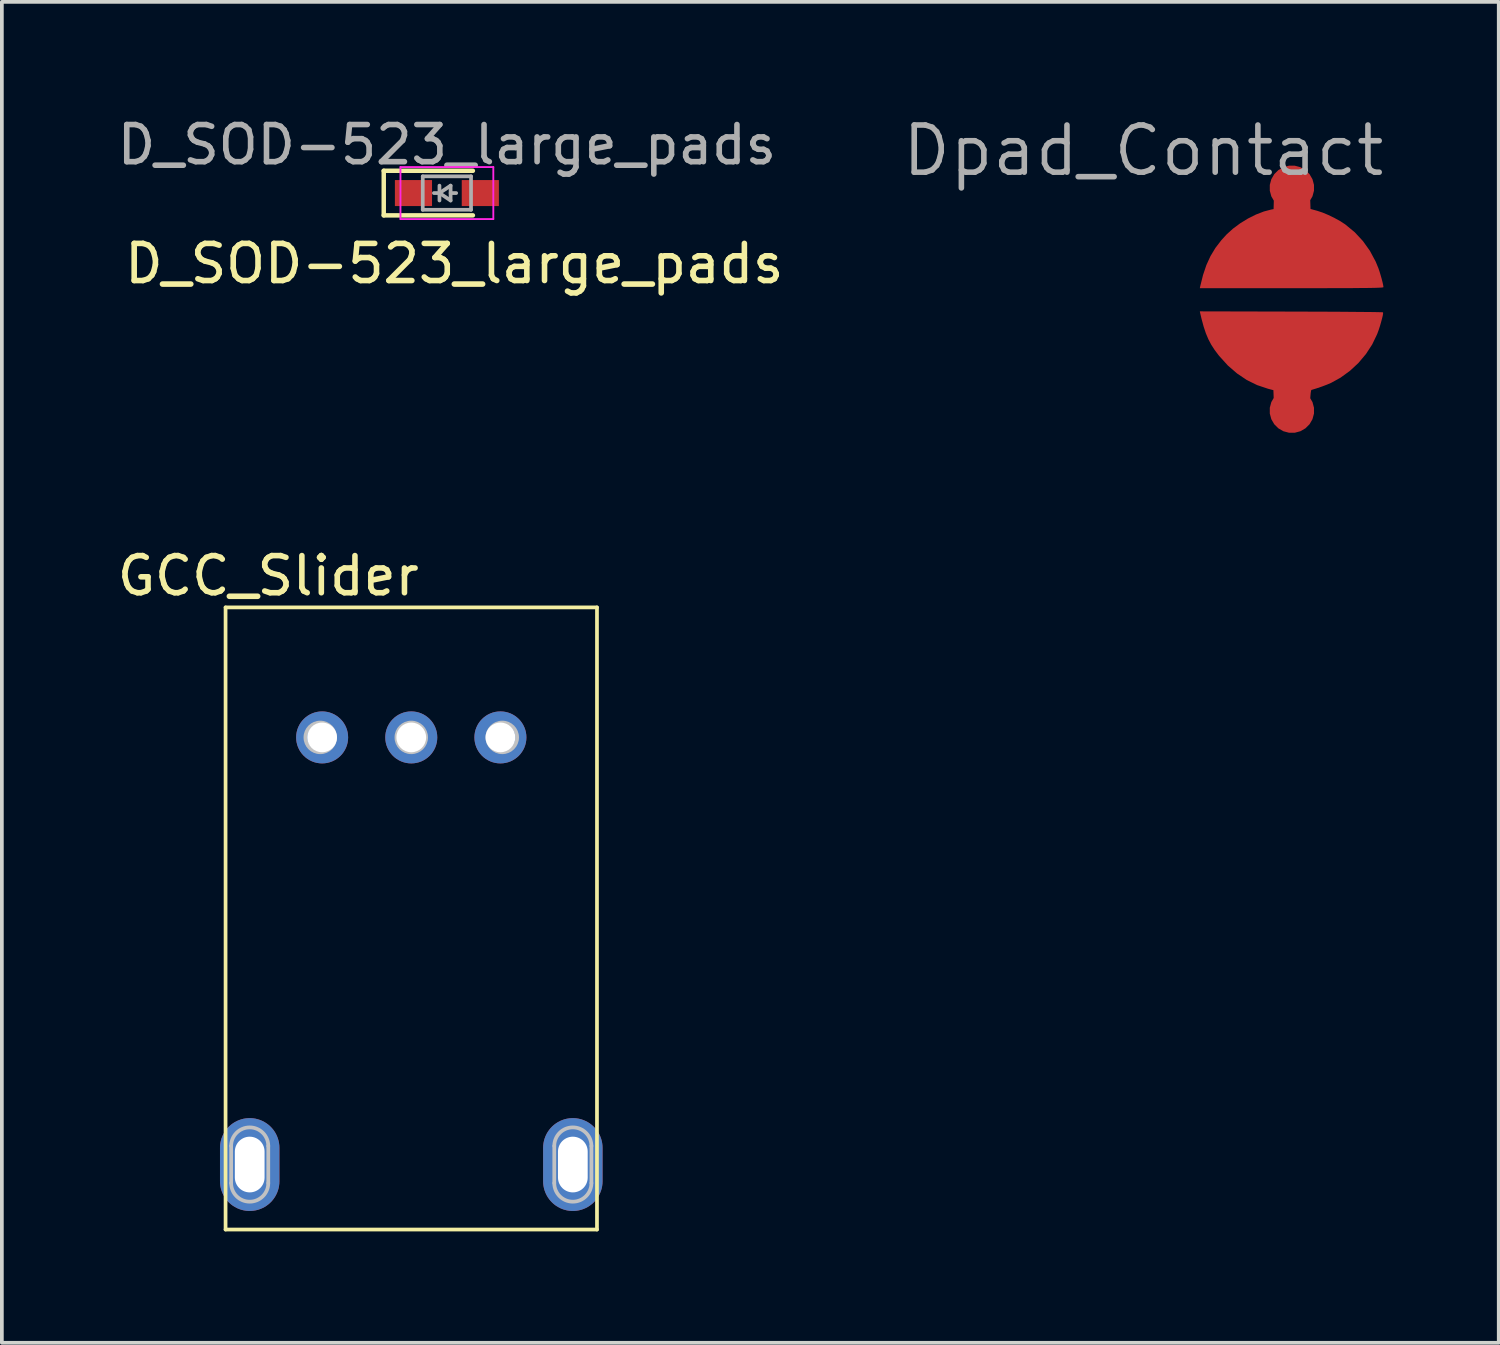
<source format=kicad_pcb>
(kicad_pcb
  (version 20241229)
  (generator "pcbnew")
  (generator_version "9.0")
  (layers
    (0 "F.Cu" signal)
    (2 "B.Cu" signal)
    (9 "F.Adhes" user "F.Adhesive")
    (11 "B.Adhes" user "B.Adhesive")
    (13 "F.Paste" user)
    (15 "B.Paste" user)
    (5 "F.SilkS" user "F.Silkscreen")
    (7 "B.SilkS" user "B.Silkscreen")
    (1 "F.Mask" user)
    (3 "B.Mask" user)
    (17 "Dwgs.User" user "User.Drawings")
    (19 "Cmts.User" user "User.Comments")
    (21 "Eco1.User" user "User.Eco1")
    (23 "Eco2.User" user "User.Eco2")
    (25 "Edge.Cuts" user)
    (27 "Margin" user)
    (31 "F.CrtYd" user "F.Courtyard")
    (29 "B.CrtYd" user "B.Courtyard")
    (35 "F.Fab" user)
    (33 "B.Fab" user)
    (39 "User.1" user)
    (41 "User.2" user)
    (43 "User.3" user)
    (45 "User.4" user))
  (footprint "Dpad_Contact"
    (layer "F.Cu")
    (at 31.733 5.006)
    (property "Reference" "Dpad_Contact" (at -4 -4 0) (layer "F.Fab") (effects (font (size 1.27 1.27) (thickness 0.15))))
    (attr through_hole)
    (fp_poly (pts (xy 0.254 -2.443) (xy 0.566 -2.392) (xy 0.745 -2.343) (xy 1.038 -2.229) (xy 1.309 -2.08) (xy 1.558 -1.9) (xy 1.782 -1.691) (xy 1.977 -1.456) (xy 2.143 -1.2) (xy 2.277 -0.924) (xy 2.375 -0.633) (xy 2.437 -0.33) (xy 2.459 -0.017) (xy 2.459 0.001) (xy 2.438 0.317) (xy 2.376 0.625) (xy 2.277 0.922) (xy 2.142 1.204) (xy 1.972 1.467) (xy 1.771 1.707) (xy 1.539 1.919) (xy 1.482 1.964) (xy 1.317 2.075) (xy 1.126 2.181) (xy 0.924 2.275) (xy 0.727 2.349) (xy 0.629 2.379) (xy 0.54 2.401) (xy 0.46 2.416) (xy 0.376 2.427) (xy 0.279 2.434) (xy 0.157 2.439) (xy 0.057 2.441) (xy -0.071 2.442) (xy -0.192 2.441) (xy -0.298 2.437) (xy -0.377 2.432) (xy -0.408 2.428) (xy -0.568 2.393) (xy -0.743 2.341) (xy -0.915 2.281) (xy -1.062 2.218) (xy -1.245 2.122) (xy -1.407 2.017) (xy -1.562 1.895) (xy -1.707 1.763) (xy -1.925 1.525) (xy -2.106 1.267) (xy -2.252 0.985) (xy -2.364 0.679) (xy -2.383 0.612) (xy -2.402 0.537) (xy -2.417 0.471) (xy -2.427 0.406) (xy -2.433 0.332) (xy -2.437 0.24) (xy -2.438 0.123) (xy -2.438 -0.005) (xy -2.438 -0.151) (xy -2.436 -0.264) (xy -2.432 -0.352) (xy -2.425 -0.424) (xy -2.414 -0.49) (xy -2.399 -0.557) (xy -2.38 -0.63) (xy -2.277 -0.928) (xy -2.138 -1.21) (xy -1.966 -1.472) (xy -1.764 -1.709) (xy -1.535 -1.919) (xy -1.283 -2.098) (xy -1.011 -2.242) (xy -0.986 -2.253) (xy -0.687 -2.359) (xy -0.378 -2.427) (xy -0.062 -2.455) (xy 0.254 -2.443)) (stroke (width 0.01) (type solid)) (fill yes) (layer "F.Mask"))
    (pad "1" smd custom (at 0 -3) (size 1.2 1.2) (layers "F.Cu" "F.Mask" "F.Paste") (options (anchor circle)) (primitives (gr_poly (pts (xy 0.162 -0.485) (xy 0.28 -0.416) (xy 0.351 -0.35) (xy 0.391 -0.301) (xy 0.422 -0.249) (xy 0.444 -0.187) (xy 0.46 -0.11) (xy 0.472 -0.008) (xy 0.48 0.124) (xy 0.485 0.234) (xy 0.497 0.574) (xy 0.679 0.624) (xy 0.819 0.67) (xy 0.977 0.736) (xy 1.139 0.814) (xy 1.293 0.899) (xy 1.422 0.982) (xy 1.436 0.992) (xy 1.69 1.202) (xy 1.909 1.438) (xy 2.096 1.7) (xy 2.251 1.989) (xy 2.323 2.163) (xy 2.35 2.241) (xy 2.379 2.336) (xy 2.408 2.437) (xy 2.433 2.533) (xy 2.451 2.613) (xy 2.459 2.665) (xy 2.46 2.672) (xy 2.452 2.676) (xy 2.427 2.68) (xy 2.384 2.683) (xy 2.321 2.686) (xy 2.235 2.689) (xy 2.124 2.691) (xy 1.987 2.693) (xy 1.822 2.694) (xy 1.627 2.696) (xy 1.4 2.697) (xy 1.139 2.697) (xy 0.842 2.698) (xy 0.507 2.698) (xy 0.132 2.698) (xy -0.007 2.698) (xy -2.473 2.698) (xy -2.463 2.651) (xy -2.388 2.35) (xy -2.298 2.083) (xy -2.188 1.843) (xy -2.055 1.622) (xy -1.896 1.415) (xy -1.754 1.259) (xy -1.584 1.105) (xy -1.39 0.961) (xy -1.18 0.832) (xy -0.964 0.724) (xy -0.751 0.642) (xy -0.561 0.592) (xy -0.488 0.578) (xy -0.478 0.193) (xy -0.473 0.042) (xy -0.467 -0.074) (xy -0.457 -0.161) (xy -0.442 -0.227) (xy -0.421 -0.279) (xy -0.391 -0.323) (xy -0.35 -0.367) (xy -0.331 -0.386) (xy -0.218 -0.467) (xy -0.094 -0.511) (xy 0.035 -0.517) (xy 0.162 -0.485)) (width 0.01) (fill yes))))
    (pad "2" smd custom (at 0 3) (size 1.2 1.2) (layers "F.Cu" "F.Mask" "F.Paste") (options (anchor circle)) (primitives (gr_poly (pts (xy -0.019 -2.662) (xy 0.3 -2.661) (xy 0.607 -2.66) (xy 0.899 -2.659) (xy 1.175 -2.658) (xy 1.43 -2.656) (xy 1.663 -2.654) (xy 1.871 -2.652) (xy 2.052 -2.651) (xy 2.202 -2.649) (xy 2.319 -2.647) (xy 2.4 -2.645) (xy 2.443 -2.643) (xy 2.449 -2.642) (xy 2.45 -2.615) (xy 2.441 -2.557) (xy 2.421 -2.475) (xy 2.395 -2.379) (xy 2.365 -2.275) (xy 2.332 -2.173) (xy 2.298 -2.081) (xy 2.29 -2.06) (xy 2.158 -1.785) (xy 1.989 -1.526) (xy 1.788 -1.287) (xy 1.559 -1.075) (xy 1.307 -0.892) (xy 1.053 -0.752) (xy 0.943 -0.705) (xy 0.806 -0.653) (xy 0.655 -0.602) (xy 0.521 -0.561) (xy 0.511 -0.537) (xy 0.501 -0.474) (xy 0.492 -0.374) (xy 0.485 -0.241) (xy 0.484 -0.222) (xy 0.476 -0.067) (xy 0.464 0.053) (xy 0.447 0.146) (xy 0.421 0.219) (xy 0.385 0.279) (xy 0.337 0.334) (xy 0.306 0.364) (xy 0.19 0.443) (xy 0.063 0.481) (xy -0.069 0.479) (xy -0.186 0.443) (xy -0.298 0.379) (xy -0.382 0.296) (xy -0.423 0.237) (xy -0.44 0.206) (xy -0.452 0.168) (xy -0.461 0.117) (xy -0.469 0.046) (xy -0.474 -0.053) (xy -0.48 -0.187) (xy -0.48 -0.195) (xy -0.493 -0.555) (xy -0.641 -0.594) (xy -0.934 -0.692) (xy -1.213 -0.829) (xy -1.475 -1.006) (xy -1.722 -1.22) (xy -1.951 -1.473) (xy -1.967 -1.492) (xy -2.076 -1.637) (xy -2.168 -1.779) (xy -2.245 -1.925) (xy -2.312 -2.085) (xy -2.372 -2.266) (xy -2.429 -2.477) (xy -2.46 -2.609) (xy -2.473 -2.668) (xy -0.019 -2.662)) (width 0.01) (fill yes)))))
  (footprint "D_SOD-523_large_pads"
    (layer "F.Cu")
    (at 8.982 2.148)
    (property "Reference" "D_SOD-523_large_pads" (at 0.2 1.9 180) (layer "F.SilkS") (effects (font (size 1 1) (thickness 0.15))))
    (attr smd)
    (fp_line (start -1.7 -0.6) (end -1.7 0.6) (stroke (width 0.12) (type solid)) (layer "F.SilkS"))
    (fp_line (start 0.7 -0.6) (end -1.7 -0.6) (stroke (width 0.12) (type solid)) (layer "F.SilkS"))
    (fp_line (start 0.7 0.6) (end -1.7 0.6) (stroke (width 0.12) (type solid)) (layer "F.SilkS"))
    (fp_line (start -1.25 -0.7) (end 1.25 -0.7) (stroke (width 0.05) (type solid)) (layer "F.CrtYd"))
    (fp_line (start -1.25 0.7) (end -1.25 -0.7) (stroke (width 0.05) (type solid)) (layer "F.CrtYd"))
    (fp_line (start 1.25 -0.7) (end 1.25 0.7) (stroke (width 0.05) (type solid)) (layer "F.CrtYd"))
    (fp_line (start 1.25 0.7) (end -1.25 0.7) (stroke (width 0.05) (type solid)) (layer "F.CrtYd"))
    (fp_line (start -0.65 -0.45) (end 0.65 -0.45) (stroke (width 0.1) (type solid)) (layer "F.Fab"))
    (fp_line (start -0.65 0.45) (end -0.65 -0.45) (stroke (width 0.1) (type solid)) (layer "F.Fab"))
    (fp_line (start -0.2 0) (end -0.35 0) (stroke (width 0.1) (type solid)) (layer "F.Fab"))
    (fp_line (start -0.2 0) (end 0.1 0.2) (stroke (width 0.1) (type solid)) (layer "F.Fab"))
    (fp_line (start -0.2 0.2) (end -0.2 -0.2) (stroke (width 0.1) (type solid)) (layer "F.Fab"))
    (fp_line (start 0.1 -0.2) (end -0.2 0) (stroke (width 0.1) (type solid)) (layer "F.Fab"))
    (fp_line (start 0.1 0) (end 0.25 0) (stroke (width 0.1) (type solid)) (layer "F.Fab"))
    (fp_line (start 0.1 0.2) (end 0.1 -0.2) (stroke (width 0.1) (type solid)) (layer "F.Fab"))
    (fp_line (start 0.65 -0.45) (end 0.65 0.45) (stroke (width 0.1) (type solid)) (layer "F.Fab"))
    (fp_line (start 0.65 0.45) (end -0.65 0.45) (stroke (width 0.1) (type solid)) (layer "F.Fab"))
    (fp_text user "${REFERENCE}" (at 0 -1.3 180) (layer "F.Fab") (effects (font (size 1 1) (thickness 0.15))))
    (pad "1" smd rect (at -0.9 0 180) (size 1 0.7) (layers "F.Cu" "F.Mask" "F.Paste"))
    (pad "2" smd rect (at 0.9 0 180) (size 1 0.7) (layers "F.Cu" "F.Mask" "F.Paste")))
  (footprint "GCC_Slider"
    (layer "F.Cu")
    (at 8.023 16.804)
    (property "Reference" "GCC_Slider" (at -3.85 -4.35 180) (layer "F.SilkS") (effects (font (size 1 1) (thickness 0.15))))
    (attr through_hole)
    (fp_line (start -5 -3.5) (end -5 13.25) (stroke (width 0.1) (type solid)) (layer "F.SilkS"))
    (fp_line (start -5 -3.5) (end 5 -3.5) (stroke (width 0.1) (type solid)) (layer "F.SilkS"))
    (fp_line (start -5 13.25) (end 5 13.25) (stroke (width 0.1) (type solid)) (layer "F.SilkS"))
    (fp_line (start 5 -3.5) (end 5 13.25) (stroke (width 0.1) (type solid)) (layer "F.SilkS"))
    (fp_line (start -4.85 12) (end -4.85 11) (stroke (width 0.1) (type solid)) (layer "Dwgs.User"))
    (fp_line (start -4.35 12) (end -4.35 11) (stroke (width 0.1) (type solid)) (layer "Dwgs.User"))
    (fp_line (start -3.85 12) (end -3.85 11) (stroke (width 0.1) (type solid)) (layer "Dwgs.User"))
    (fp_line (start 3.85 12) (end 3.85 11) (stroke (width 0.1) (type solid)) (layer "Dwgs.User"))
    (fp_line (start 4.35 12) (end 4.35 11) (stroke (width 0.1) (type solid)) (layer "Dwgs.User"))
    (fp_line (start 4.85 12) (end 4.85 11) (stroke (width 0.1) (type solid)) (layer "Dwgs.User"))
    (fp_arc (start -4.85 11) (mid -4.35 10.5) (end -3.85 11) (stroke (width 0.1) (type solid)) (layer "Dwgs.User"))
    (fp_arc (start -3.85 12) (mid -4.35 12.5) (end -4.85 12) (stroke (width 0.1) (type solid)) (layer "Dwgs.User"))
    (fp_arc (start 3.85 11) (mid 4.35 10.5) (end 4.85 11) (stroke (width 0.1) (type solid)) (layer "Dwgs.User"))
    (fp_arc (start 4.85 12) (mid 4.35 12.5) (end 3.85 12) (stroke (width 0.1) (type solid)) (layer "Dwgs.User"))
    (fp_circle (center -2.45 0) (end -2.05 0) (stroke (width 0.1) (type solid)) (fill no) (layer "Dwgs.User"))
    (fp_circle (center 0 0) (end 0.4 0) (stroke (width 0.1) (type solid)) (fill no) (layer "Dwgs.User"))
    (fp_circle (center 2.45 0) (end 2.85 0) (stroke (width 0.1) (type solid)) (fill no) (layer "Dwgs.User"))
    (pad "" thru_hole oval (at -4.35 11.5) (size 1.6 2.5) (drill oval 0.8 1.5) (layers "*.Cu" "*.Mask"))
    (pad "" thru_hole oval (at 4.35 11.5) (size 1.6 2.5) (drill oval 0.8 1.5) (layers "*.Cu" "*.Mask"))
    (pad "1" thru_hole circle (at -2.4 0) (size 1.4 1.4) (drill 0.8) (layers "*.Cu" "*.Mask"))
    (pad "2" thru_hole circle (at 0 0) (size 1.4 1.4) (drill 0.8) (layers "*.Cu" "*.Mask"))
    (pad "3" thru_hole circle (at 2.4 0) (size 1.4 1.4) (drill 0.8) (layers "*.Cu" "*.Mask")))
  (gr_rect
    (start -3 -3)
    (end 37.302 33.104)
    (stroke (width 0.1) (type default))
    (fill no)
    (layer "Edge.Cuts")))
</source>
